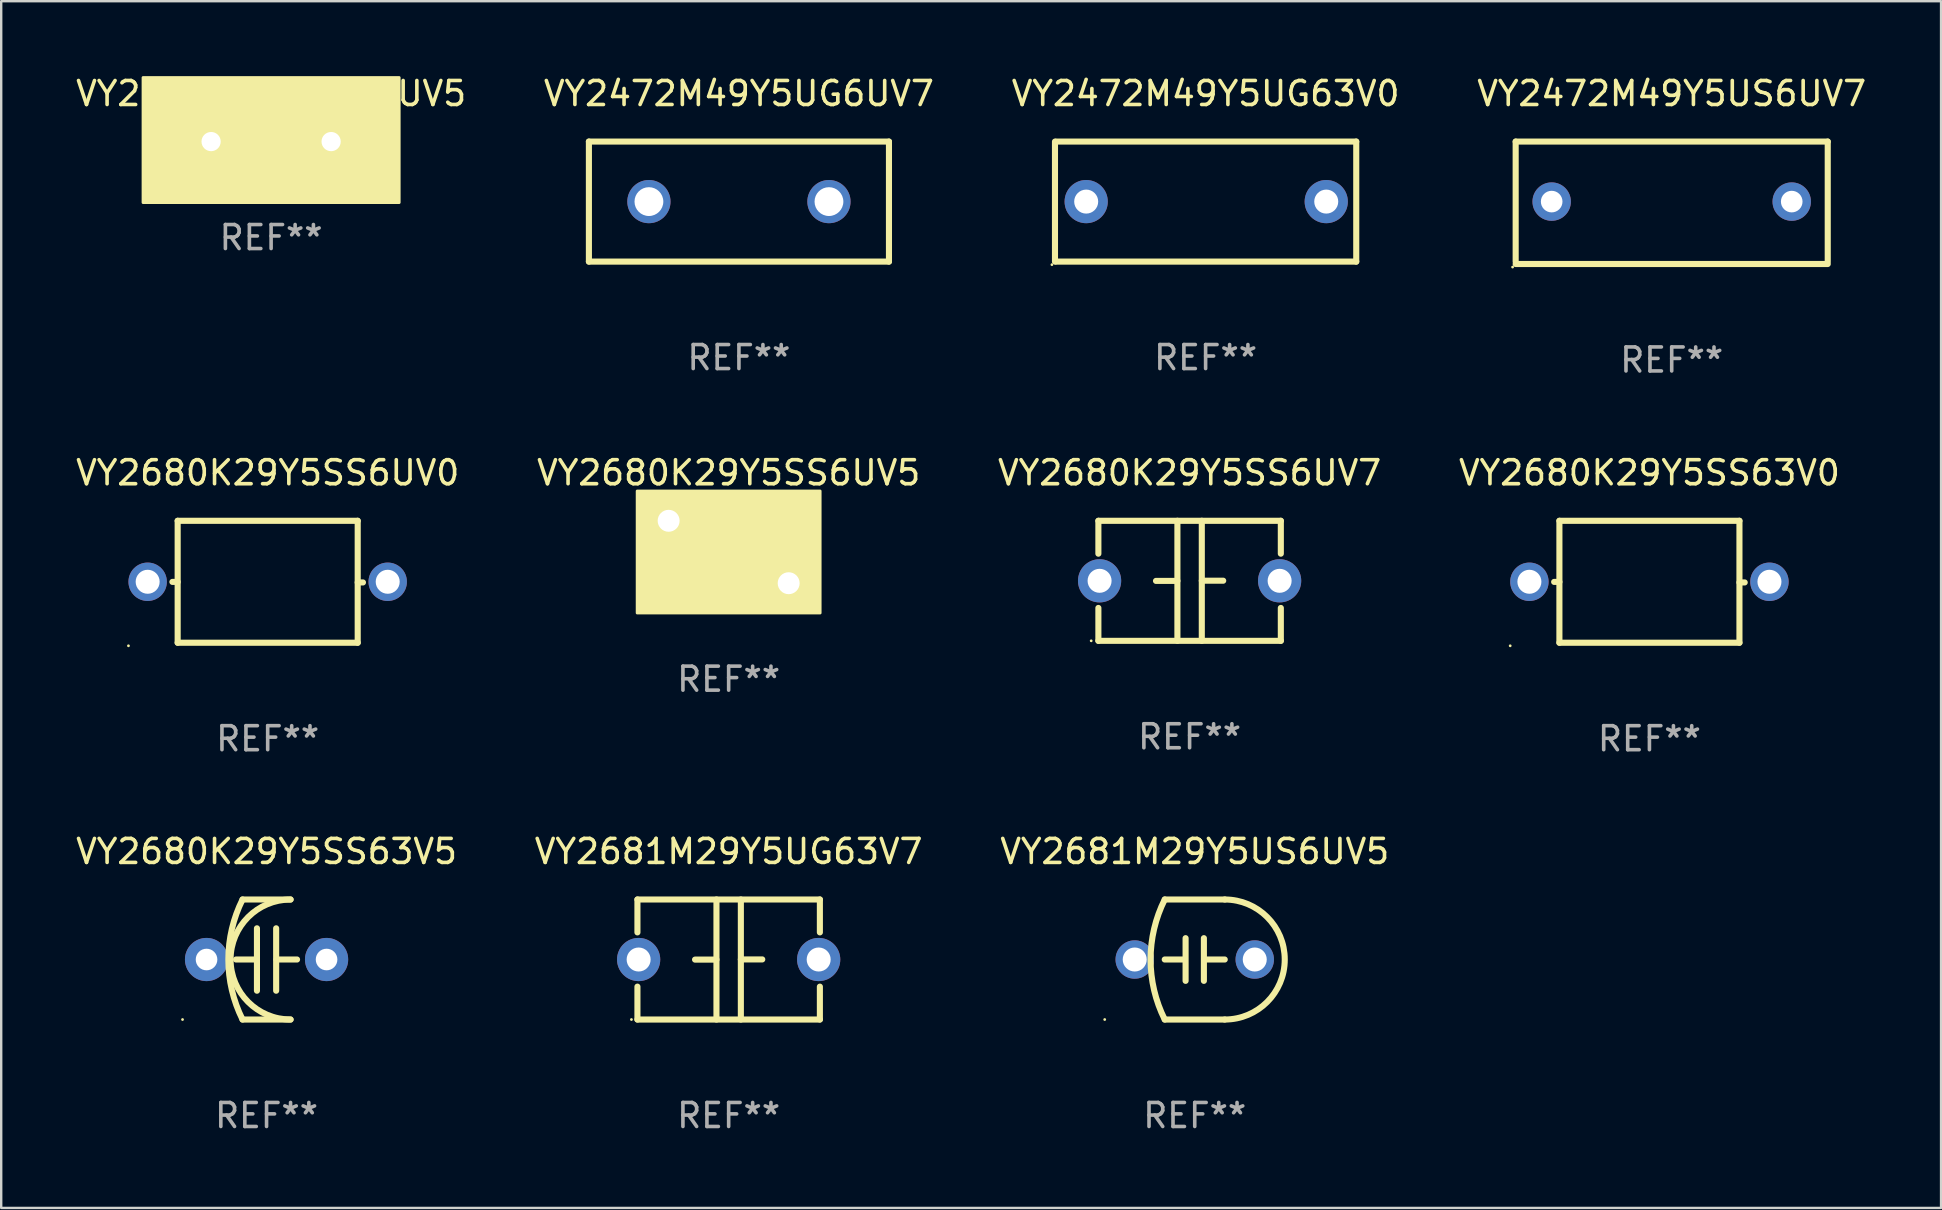
<source format=kicad_pcb>
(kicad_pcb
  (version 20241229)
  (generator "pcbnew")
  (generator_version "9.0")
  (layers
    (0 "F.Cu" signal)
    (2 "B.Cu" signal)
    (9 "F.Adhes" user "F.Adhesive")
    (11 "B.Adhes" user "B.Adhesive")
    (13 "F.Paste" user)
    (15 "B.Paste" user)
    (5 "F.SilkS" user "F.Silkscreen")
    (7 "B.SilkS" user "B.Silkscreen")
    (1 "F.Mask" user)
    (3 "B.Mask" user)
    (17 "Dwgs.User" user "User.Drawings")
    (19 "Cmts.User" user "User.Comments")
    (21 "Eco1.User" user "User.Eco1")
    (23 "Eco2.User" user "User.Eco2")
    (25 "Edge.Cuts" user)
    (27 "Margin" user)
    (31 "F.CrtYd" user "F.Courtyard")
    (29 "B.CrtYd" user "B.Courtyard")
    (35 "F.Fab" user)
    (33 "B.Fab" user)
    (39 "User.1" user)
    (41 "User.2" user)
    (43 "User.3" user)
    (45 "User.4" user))
  (footprint "VY2472M49Y5UG6UV7"
    (layer "F.Cu")
    (at 27.732 5.348)
    (property "Reference" "VY2472M49Y5UG6UV7" (at 0 -4.5 0) (layer "F.SilkS") (effects (font (size 1 1) (thickness 0.15))))
    (attr through_hole)
    (fp_line (start -6.25 -2.5) (end 6.25 -2.5) (stroke (width 0.254) (type solid)) (layer "F.SilkS"))
    (fp_line (start -6.25 2.5) (end -6.25 -2.5) (stroke (width 0.254) (type solid)) (layer "F.SilkS"))
    (fp_line (start 6.25 -2.5) (end 6.25 2.5) (stroke (width 0.254) (type solid)) (layer "F.SilkS"))
    (fp_line (start 6.25 2.5) (end -6.25 2.5) (stroke (width 0.254) (type solid)) (layer "F.SilkS"))
    (fp_circle (center -6.25 2.5) (end -6.22 2.5) (stroke (width 0.06) (type solid)) (fill no) (layer "F.SilkS"))
    (fp_text user "REF**" (at 0 6.5 0) (layer "F.Fab") (effects (font (size 1 1) (thickness 0.15))))
    (pad "1" thru_hole circle (at -3.75 0) (size 1.8 1.8) (drill 1.2) (layers "*.Cu" "*.Mask"))
    (pad "2" thru_hole circle (at 3.75 0) (size 1.8 1.8) (drill 1.2) (layers "*.Cu" "*.Mask")))
  (footprint "VY2680K29Y5SS6UV0"
    (layer "F.Cu")
    (at 8.101 21.185)
    (property "Reference" "VY2680K29Y5SS6UV0" (at 0 -4.54 0) (layer "F.SilkS") (effects (font (size 1 1) (thickness 0.15))))
    (attr through_hole)
    (fp_line (start -3.75 -2.54) (end 3.75 -2.54) (stroke (width 0.254) (type solid)) (layer "F.SilkS"))
    (fp_line (start -3.75 0.006) (end -3.969 0.006) (stroke (width 0.254) (type solid)) (layer "F.SilkS"))
    (fp_line (start -3.75 2.54) (end -3.75 -2.54) (stroke (width 0.254) (type solid)) (layer "F.SilkS"))
    (fp_line (start 3.75 -2.54) (end 3.75 2.54) (stroke (width 0.254) (type solid)) (layer "F.SilkS"))
    (fp_line (start 3.75 0.028) (end 3.969 0.028) (stroke (width 0.254) (type solid)) (layer "F.SilkS"))
    (fp_line (start 3.75 2.54) (end -3.75 2.54) (stroke (width 0.254) (type solid)) (layer "F.SilkS"))
    (fp_circle (center -5.8 2.667) (end -5.77 2.667) (stroke (width 0.06) (type solid)) (fill no) (layer "F.SilkS"))
    (fp_text user "REF**" (at 0 6.54 0) (layer "F.Fab") (effects (font (size 1 1) (thickness 0.15))))
    (pad "1" thru_hole circle (at -5 0) (size 1.6 1.6) (drill 1) (layers "*.Cu" "*.Mask"))
    (pad "2" thru_hole circle (at 5 0) (size 1.6 1.6) (drill 1) (layers "*.Cu" "*.Mask")))
  (footprint "VY2680K29Y5SS6UV7"
    (layer "F.Cu")
    (at 46.506 21.145)
    (property "Reference" "VY2680K29Y5SS6UV7" (at 0 -4.5 0) (layer "F.SilkS") (effects (font (size 1 1) (thickness 0.15))))
    (attr through_hole)
    (fp_line (start -3.8 -2.5) (end -3.8 -1.13) (stroke (width 0.254) (type solid)) (layer "F.SilkS"))
    (fp_line (start -3.8 -2.5) (end 3.8 -2.5) (stroke (width 0.254) (type solid)) (layer "F.SilkS"))
    (fp_line (start -3.8 1.13) (end -3.8 2.5) (stroke (width 0.254) (type solid)) (layer "F.SilkS"))
    (fp_line (start -3.8 2.5) (end 3.8 2.5) (stroke (width 0.254) (type solid)) (layer "F.SilkS"))
    (fp_line (start -0.508 0.004) (end -1.4 0.004) (stroke (width 0.254) (type solid)) (layer "F.SilkS"))
    (fp_line (start -0.508 2.5) (end -0.508 -2.5) (stroke (width 0.254) (type solid)) (layer "F.SilkS"))
    (fp_line (start 0.508 -2.5) (end 0.508 2.5) (stroke (width 0.254) (type solid)) (layer "F.SilkS"))
    (fp_line (start 0.508 -0.004) (end 1.4 -0.004) (stroke (width 0.254) (type solid)) (layer "F.SilkS"))
    (fp_line (start 3.8 -2.5) (end 3.8 -1.13) (stroke (width 0.254) (type solid)) (layer "F.SilkS"))
    (fp_line (start 3.8 1.13) (end 3.8 2.5) (stroke (width 0.254) (type solid)) (layer "F.SilkS"))
    (fp_circle (center -4.1 2.5) (end -4.07 2.5) (stroke (width 0.06) (type solid)) (fill no) (layer "F.SilkS"))
    (fp_text user "REF**" (at 0 6.5 0) (layer "F.Fab") (effects (font (size 1 1) (thickness 0.15))))
    (pad "1" thru_hole circle (at -3.75 0) (size 1.8 1.8) (drill 1) (layers "*.Cu" "*.Mask"))
    (pad "2" thru_hole circle (at 3.75 0) (size 1.8 1.8) (drill 1) (layers "*.Cu" "*.Mask")))
  (footprint "VY2680K29Y5SS63V0"
    (layer "F.Cu")
    (at 65.661 21.185)
    (property "Reference" "VY2680K29Y5SS63V0" (at 0 -4.54 0) (layer "F.SilkS") (effects (font (size 1 1) (thickness 0.15))))
    (attr through_hole)
    (fp_line (start -3.75 -2.54) (end 3.75 -2.54) (stroke (width 0.254) (type solid)) (layer "F.SilkS"))
    (fp_line (start -3.75 0.006) (end -3.969 0.006) (stroke (width 0.254) (type solid)) (layer "F.SilkS"))
    (fp_line (start -3.75 2.54) (end -3.75 -2.54) (stroke (width 0.254) (type solid)) (layer "F.SilkS"))
    (fp_line (start 3.75 -2.54) (end 3.75 2.54) (stroke (width 0.254) (type solid)) (layer "F.SilkS"))
    (fp_line (start 3.75 0.028) (end 3.969 0.028) (stroke (width 0.254) (type solid)) (layer "F.SilkS"))
    (fp_line (start 3.75 2.54) (end -3.75 2.54) (stroke (width 0.254) (type solid)) (layer "F.SilkS"))
    (fp_circle (center -5.8 2.667) (end -5.77 2.667) (stroke (width 0.06) (type solid)) (fill no) (layer "F.SilkS"))
    (fp_text user "REF**" (at 0 6.54 0) (layer "F.Fab") (effects (font (size 1 1) (thickness 0.15))))
    (pad "1" thru_hole circle (at -5 0) (size 1.6 1.6) (drill 1) (layers "*.Cu" "*.Mask"))
    (pad "2" thru_hole circle (at 5 0) (size 1.6 1.6) (drill 1) (layers "*.Cu" "*.Mask")))
  (footprint "VY2681M29Y5US6UV5"
    (layer "F.Cu")
    (at 46.72 36.921)
    (property "Reference" "VY2681M29Y5US6UV5" (at 0 -4.5 0) (layer "F.SilkS") (effects (font (size 1 1) (thickness 0.15))))
    (attr through_hole)
    (fp_line (start -1.25 0) (end -0.508 0) (stroke (width 0.254) (type solid)) (layer "F.SilkS"))
    (fp_line (start -1.25 -2.5) (end 1.25 -2.5) (stroke (width 0.254) (type solid)) (layer "F.SilkS"))
    (fp_line (start -1.25 2.5) (end 1.25 2.5) (stroke (width 0.254) (type solid)) (layer "F.SilkS"))
    (fp_line (start -0.381 -0.889) (end -0.381 0.889) (stroke (width 0.254) (type solid)) (layer "F.SilkS"))
    (fp_line (start 0.381 -0.889) (end 0.381 0.889) (stroke (width 0.254) (type solid)) (layer "F.SilkS"))
    (fp_line (start 1.25 0) (end 0.508 0) (stroke (width 0.254) (type solid)) (layer "F.SilkS"))
    (fp_arc (start -1.249607 2.5) (mid -1.839785 0.000003) (end -1.249632 -2.5) (stroke (width 0.254001) (type solid)) (layer "F.SilkS"))
    (fp_arc (start 1.249605 -2.5) (mid 3.749606 -0.000014) (end 1.249632 2.5) (stroke (width 0.254001) (type solid)) (layer "F.SilkS"))
    (fp_circle (center -3.75 2.5) (end -3.72 2.5) (stroke (width 0.06) (type solid)) (fill no) (layer "F.SilkS"))
    (fp_text user "REF**" (at 0 6.5 0) (layer "F.Fab") (effects (font (size 1 1) (thickness 0.15))))
    (pad "1" thru_hole circle (at -2.5 0) (size 1.6 1.6) (drill 1) (layers "*.Cu" "*.Mask"))
    (pad "2" thru_hole circle (at 2.5 0) (size 1.6 1.6) (drill 1) (layers "*.Cu" "*.Mask")))
  (footprint "VY2472M49Y5UG6UV5"
    (layer "F.Cu")
    (at 8.244 2.848)
    (property "Reference" "VY2472M49Y5UG6UV5" (at 0 -2 0) (layer "F.SilkS") (effects (font (size 1 1) (thickness 0.15))))
    (attr through_hole)
    (fp_circle (center -5.25 2.5) (end -5.22 2.5) (stroke (width 0.06) (type solid)) (fill no) (layer "F.SilkS"))
    (fp_poly (pts (xy -5.334 -2.667) (xy 5.334 -2.667) (xy 5.334 2.54) (xy -5.334 2.54)) (stroke (width 0.12) (type solid)) (fill yes) (layer "F.SilkS"))
    (fp_text user "REF**" (at 0 4 0) (layer "F.Fab") (effects (font (size 1 1) (thickness 0.15))))
    (pad "1" thru_hole circle (at -2.5 0) (size 1.6 1.6) (drill 0.8) (layers "*.Cu" "*.Mask"))
    (pad "2" thru_hole circle (at 2.5 0) (size 1.6 1.6) (drill 0.8) (layers "*.Cu" "*.Mask")))
  (footprint "VY2680K29Y5SS63V5"
    (layer "F.Cu")
    (at 8.054 36.921)
    (property "Reference" "VY2680K29Y5SS63V5" (at 0 -4.5 0) (layer "F.SilkS") (effects (font (size 1 1) (thickness 0.15))))
    (attr through_hole)
    (fp_line (start -1 -2.5) (end 1 -2.5) (stroke (width 0.254) (type solid)) (layer "F.SilkS"))
    (fp_line (start -1 2.5) (end 1 2.5) (stroke (width 0.254) (type solid)) (layer "F.SilkS"))
    (fp_line (start -0.416 0) (end -1.27 0) (stroke (width 0.254) (type solid)) (layer "F.SilkS"))
    (fp_line (start -0.4 -1.3) (end -0.4 1.3) (stroke (width 0.254) (type solid)) (layer "F.SilkS"))
    (fp_line (start 0.4 1.3) (end 0.4 -1.3) (stroke (width 0.254) (type solid)) (layer "F.SilkS"))
    (fp_line (start 0.416 0) (end 1.27 0) (stroke (width 0.254) (type solid)) (layer "F.SilkS"))
    (fp_arc (start -1.000762 2.499365) (mid -1.590595 -0.000407) (end -1 -2.5) (stroke (width 0.254001) (type solid)) (layer "F.SilkS"))
    (fp_arc (start 1 2.5) (mid -1.498907 -0.000064) (end 1.000763 -2.499364) (stroke (width 0.254001) (type solid)) (layer "F.SilkS"))
    (fp_circle (center -3.5 2.5) (end -3.47 2.5) (stroke (width 0.06) (type solid)) (fill no) (layer "F.SilkS"))
    (fp_text user "REF**" (at 0 6.5 0) (layer "F.Fab") (effects (font (size 1 1) (thickness 0.15))))
    (pad "1" thru_hole circle (at -2.5 0) (size 1.8 1.8) (drill 0.9) (layers "*.Cu" "*.Mask"))
    (pad "2" thru_hole circle (at 2.5 0) (size 1.8 1.8) (drill 0.9) (layers "*.Cu" "*.Mask")))
  (footprint "VY2472M49Y5UG63V0"
    (layer "F.Cu")
    (at 47.173 5.348)
    (property "Reference" "VY2472M49Y5UG63V0" (at 0 -4.5 0) (layer "F.SilkS") (effects (font (size 1 1) (thickness 0.15))))
    (attr through_hole)
    (fp_line (start -6.275 -2.5) (end -6.275 2.5) (stroke (width 0.254) (type solid)) (layer "F.SilkS"))
    (fp_line (start -6.225 -2.5) (end 6.275 -2.5) (stroke (width 0.254) (type solid)) (layer "F.SilkS"))
    (fp_line (start -6.225 2.5) (end 6.275 2.5) (stroke (width 0.254) (type solid)) (layer "F.SilkS"))
    (fp_line (start 6.275 -2.5) (end 6.275 2.5) (stroke (width 0.254) (type solid)) (layer "F.SilkS"))
    (fp_circle (center -6.402 2.627) (end -6.372 2.627) (stroke (width 0.06) (type solid)) (fill no) (layer "F.SilkS"))
    (fp_text user "REF**" (at 0 6.5 0) (layer "F.Fab") (effects (font (size 1 1) (thickness 0.15))))
    (pad "1" thru_hole circle (at -4.975 0) (size 1.8 1.8) (drill 1) (layers "*.Cu" "*.Mask"))
    (pad "2" thru_hole circle (at 5.025 0) (size 1.8 1.8) (drill 1) (layers "*.Cu" "*.Mask")))
  (footprint "VY2472M49Y5US6UV7"
    (layer "F.Cu")
    (at 66.589 5.398)
    (property "Reference" "VY2472M49Y5US6UV7" (at 0 -4.55 0) (layer "F.SilkS") (effects (font (size 1 1) (thickness 0.15))))
    (attr through_hole)
    (fp_line (start -6.5 -2.55) (end 6.5 -2.55) (stroke (width 0.254) (type solid)) (layer "F.SilkS"))
    (fp_line (start -6.5 2.45) (end -6.5 -2.55) (stroke (width 0.254) (type solid)) (layer "F.SilkS"))
    (fp_line (start 6.5 -2.55) (end 6.5 2.45) (stroke (width 0.254) (type solid)) (layer "F.SilkS"))
    (fp_line (start 6.5 2.55) (end -6.5 2.55) (stroke (width 0.254) (type solid)) (layer "F.SilkS"))
    (fp_circle (center -6.627 2.677) (end -6.597 2.677) (stroke (width 0.06) (type solid)) (fill no) (layer "F.SilkS"))
    (fp_text user "REF**" (at 0 6.55 0) (layer "F.Fab") (effects (font (size 1 1) (thickness 0.15))))
    (pad "1" thru_hole circle (at -5 -0.05) (size 1.6 1.6) (drill 0.9) (layers "*.Cu" "*.Mask"))
    (pad "2" thru_hole circle (at 5 -0.05) (size 1.6 1.6) (drill 0.9) (layers "*.Cu" "*.Mask")))
  (footprint "VY2681M29Y5UG63V7"
    (layer "F.Cu")
    (at 27.304 36.921)
    (property "Reference" "VY2681M29Y5UG63V7" (at 0 -4.5 0) (layer "F.SilkS") (effects (font (size 1 1) (thickness 0.15))))
    (attr through_hole)
    (fp_line (start -3.8 -2.5) (end -3.8 -1.13) (stroke (width 0.254) (type solid)) (layer "F.SilkS"))
    (fp_line (start -3.8 -2.5) (end 3.8 -2.5) (stroke (width 0.254) (type solid)) (layer "F.SilkS"))
    (fp_line (start -3.8 1.13) (end -3.8 2.5) (stroke (width 0.254) (type solid)) (layer "F.SilkS"))
    (fp_line (start -3.8 2.5) (end 3.8 2.5) (stroke (width 0.254) (type solid)) (layer "F.SilkS"))
    (fp_line (start -0.508 0.004) (end -1.4 0.004) (stroke (width 0.254) (type solid)) (layer "F.SilkS"))
    (fp_line (start -0.508 2.5) (end -0.508 -2.5) (stroke (width 0.254) (type solid)) (layer "F.SilkS"))
    (fp_line (start 0.508 -2.5) (end 0.508 2.5) (stroke (width 0.254) (type solid)) (layer "F.SilkS"))
    (fp_line (start 0.508 -0.004) (end 1.4 -0.004) (stroke (width 0.254) (type solid)) (layer "F.SilkS"))
    (fp_line (start 3.8 -2.5) (end 3.8 -1.13) (stroke (width 0.254) (type solid)) (layer "F.SilkS"))
    (fp_line (start 3.8 1.13) (end 3.8 2.5) (stroke (width 0.254) (type solid)) (layer "F.SilkS"))
    (fp_circle (center -4.05 2.5) (end -4.02 2.5) (stroke (width 0.06) (type solid)) (fill no) (layer "F.SilkS"))
    (fp_text user "REF**" (at 0 6.5 0) (layer "F.Fab") (effects (font (size 1 1) (thickness 0.15))))
    (pad "1" thru_hole circle (at -3.75 0.000127) (size 1.8 1.8) (drill 1) (layers "*.Cu" "*.Mask"))
    (pad "2" thru_hole circle (at 3.75 0.000127) (size 1.8 1.8) (drill 1) (layers "*.Cu" "*.Mask")))
  (footprint "VY2680K29Y5SS6UV5"
    (layer "F.Cu")
    (at 27.304 19.945)
    (property "Reference" "VY2680K29Y5SS6UV5" (at 0 -3.3 0) (layer "F.SilkS") (effects (font (size 1 1) (thickness 0.15))))
    (attr through_hole)
    (fp_circle (center -3.75 -2.5) (end -3.72 -2.5) (stroke (width 0.06) (type solid)) (fill no) (layer "F.SilkS"))
    (fp_poly (pts (xy -3.81 -2.54) (xy 3.81 -2.54) (xy 3.81 2.54) (xy -3.81 2.54)) (stroke (width 0.12) (type solid)) (fill yes) (layer "F.SilkS"))
    (fp_text user "REF**" (at 0 5.3 0) (layer "F.Fab") (effects (font (size 1 1) (thickness 0.15))))
    (pad "1" thru_hole circle (at -2.5 -1.3) (size 1.524 1.524) (drill 0.914) (layers "*.Cu" "*.Mask"))
    (pad "2" thru_hole circle (at 2.5 1.3) (size 1.524 1.524) (drill 0.914) (layers "*.Cu" "*.Mask")))
  (gr_rect
    (start -3 -3)
    (end 77.81 47.269)
    (stroke (width 0.1) (type default))
    (fill no)
    (layer "Edge.Cuts")))
</source>
